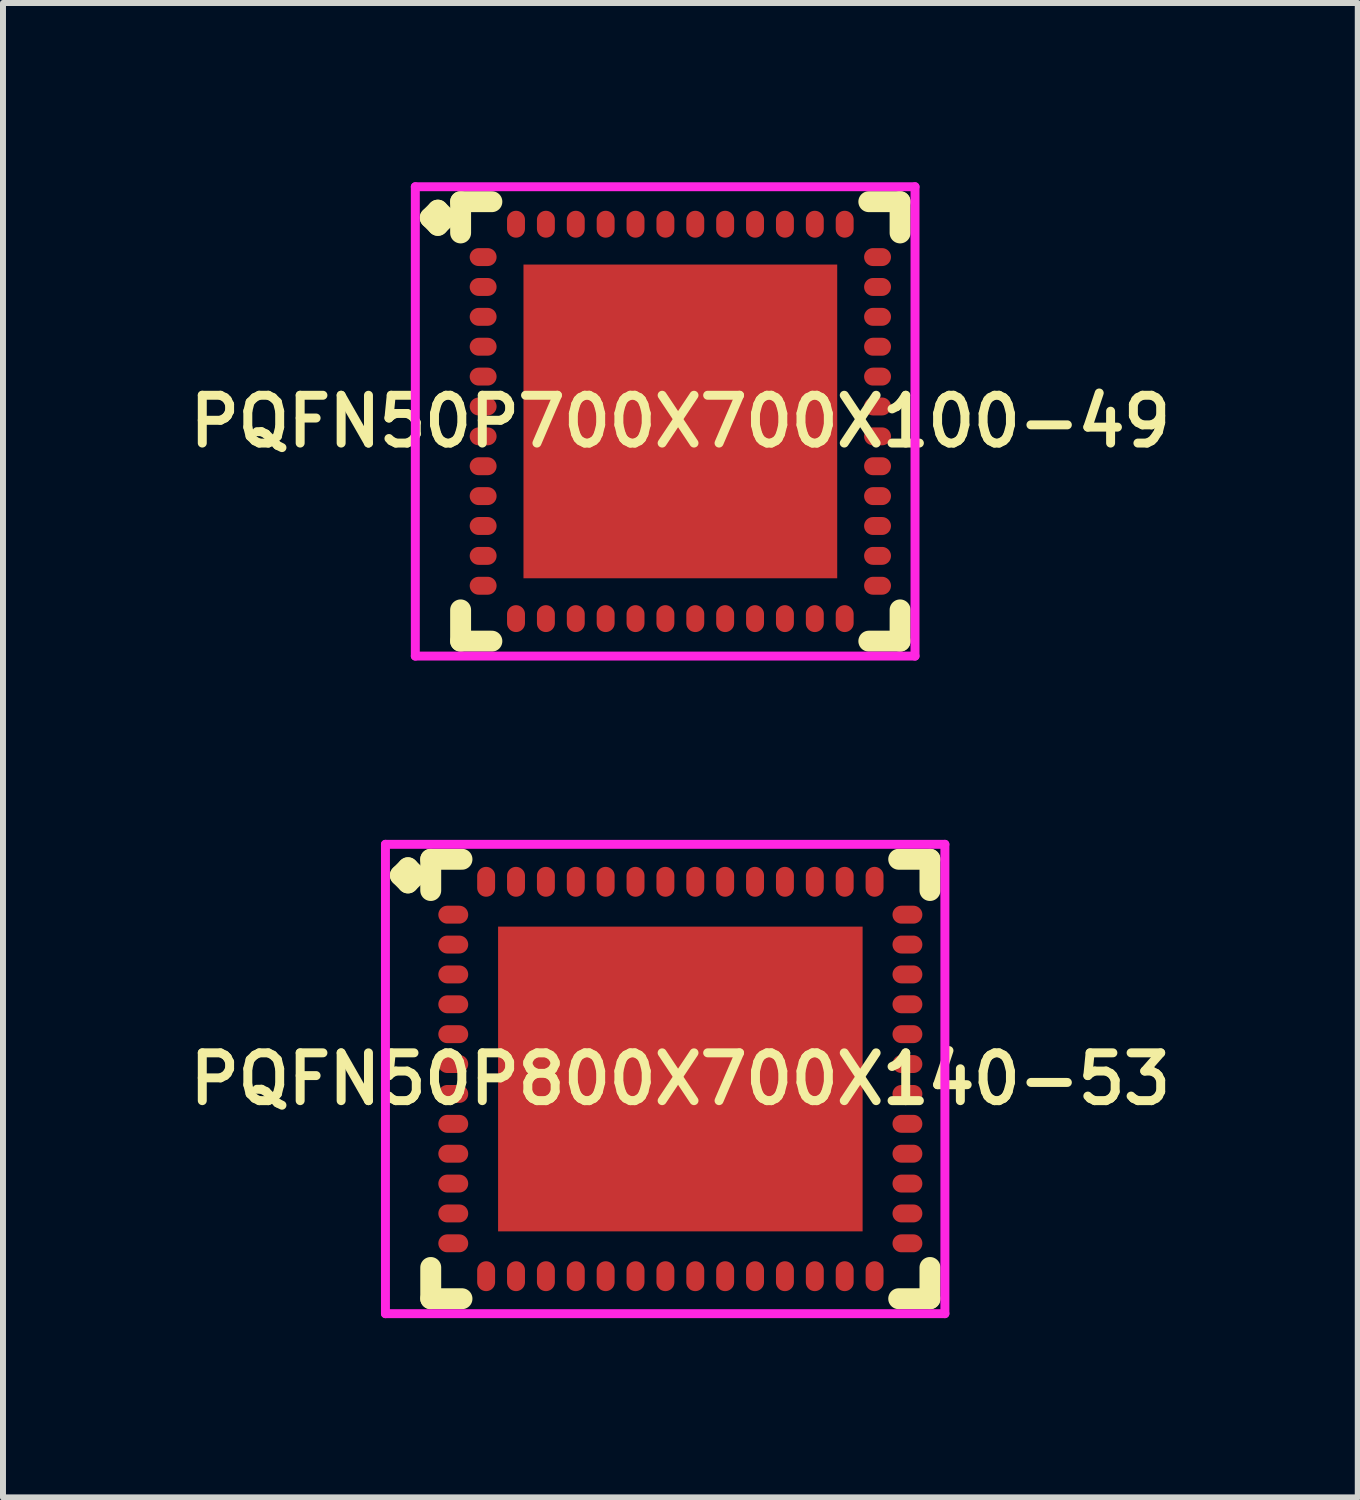
<source format=kicad_pcb>
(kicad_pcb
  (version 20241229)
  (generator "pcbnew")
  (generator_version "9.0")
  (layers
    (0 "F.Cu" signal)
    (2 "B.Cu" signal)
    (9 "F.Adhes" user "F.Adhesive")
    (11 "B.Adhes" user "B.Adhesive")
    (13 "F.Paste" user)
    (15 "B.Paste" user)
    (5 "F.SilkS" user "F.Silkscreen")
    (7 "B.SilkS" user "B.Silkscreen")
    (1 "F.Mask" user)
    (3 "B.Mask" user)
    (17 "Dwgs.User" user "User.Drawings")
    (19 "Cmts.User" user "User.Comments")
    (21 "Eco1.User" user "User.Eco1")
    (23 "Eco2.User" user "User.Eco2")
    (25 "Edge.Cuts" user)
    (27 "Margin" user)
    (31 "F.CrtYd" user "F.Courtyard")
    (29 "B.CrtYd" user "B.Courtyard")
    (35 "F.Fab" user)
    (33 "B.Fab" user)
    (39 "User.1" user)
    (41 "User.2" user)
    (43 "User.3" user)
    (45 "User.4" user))
  (footprint "PQFN50P800X700X140-53"
    (layer "F.Cu")
    (at 8.335 15.006)
    (property "Reference" "PQFN50P800X700X140-53" (at 0 0 0) (layer "F.SilkS") (effects (font (size 0.8 0.8) (thickness 0.15))))
    (attr smd)
    (fp_line (start -4.685 -3.408) (end -4.558 -3.535) (stroke (width 0.35) (type solid)) (layer "F.SilkS"))
    (fp_line (start -4.558 -3.535) (end -4.431 -3.408) (stroke (width 0.35) (type solid)) (layer "F.SilkS"))
    (fp_line (start -4.558 -3.281) (end -4.685 -3.408) (stroke (width 0.35) (type solid)) (layer "F.SilkS"))
    (fp_line (start -4.431 -3.408) (end -4.558 -3.281) (stroke (width 0.35) (type solid)) (layer "F.SilkS"))
    (fp_line (start -4.177 -3.677) (end -3.654 -3.677) (stroke (width 0.35) (type solid)) (layer "F.SilkS"))
    (fp_line (start -4.177 -3.154) (end -4.177 -3.677) (stroke (width 0.35) (type solid)) (layer "F.SilkS"))
    (fp_line (start -4.177 3.154) (end -4.177 3.677) (stroke (width 0.35) (type solid)) (layer "F.SilkS"))
    (fp_line (start -4.177 3.677) (end -3.654 3.677) (stroke (width 0.35) (type solid)) (layer "F.SilkS"))
    (fp_line (start 3.654 -3.677) (end 4.177 -3.677) (stroke (width 0.35) (type solid)) (layer "F.SilkS"))
    (fp_line (start 3.654 3.677) (end 4.177 3.677) (stroke (width 0.35) (type solid)) (layer "F.SilkS"))
    (fp_line (start 4.177 -3.677) (end 4.177 -3.154) (stroke (width 0.35) (type solid)) (layer "F.SilkS"))
    (fp_line (start 4.177 3.677) (end 4.177 3.154) (stroke (width 0.35) (type solid)) (layer "F.SilkS"))
    (fp_line (start -4.935 -3.927) (end 4.427 -3.927) (stroke (width 0.15) (type solid)) (layer "F.CrtYd"))
    (fp_line (start -4.935 3.927) (end -4.935 -3.927) (stroke (width 0.15) (type solid)) (layer "F.CrtYd"))
    (fp_line (start 4.427 -3.927) (end 4.427 3.927) (stroke (width 0.15) (type solid)) (layer "F.CrtYd"))
    (fp_line (start 4.427 3.927) (end -4.935 3.927) (stroke (width 0.15) (type solid)) (layer "F.CrtYd"))
    (pad "1" smd oval (at -3.8 -2.75) (size 0.5 0.3) (layers "F.Cu" "F.Mask" "F.Paste"))
    (pad "2" smd oval (at -3.8 -2.25) (size 0.5 0.3) (layers "F.Cu" "F.Mask" "F.Paste"))
    (pad "3" smd oval (at -3.8 -1.75) (size 0.5 0.3) (layers "F.Cu" "F.Mask" "F.Paste"))
    (pad "4" smd oval (at -3.8 -1.25) (size 0.5 0.3) (layers "F.Cu" "F.Mask" "F.Paste"))
    (pad "5" smd oval (at -3.8 -0.75) (size 0.5 0.3) (layers "F.Cu" "F.Mask" "F.Paste"))
    (pad "6" smd oval (at -3.8 -0.25) (size 0.5 0.3) (layers "F.Cu" "F.Mask" "F.Paste"))
    (pad "7" smd oval (at -3.8 0.25) (size 0.5 0.3) (layers "F.Cu" "F.Mask" "F.Paste"))
    (pad "8" smd oval (at -3.8 0.75) (size 0.5 0.3) (layers "F.Cu" "F.Mask" "F.Paste"))
    (pad "9" smd oval (at -3.8 1.25) (size 0.5 0.3) (layers "F.Cu" "F.Mask" "F.Paste"))
    (pad "10" smd oval (at -3.8 1.75) (size 0.5 0.3) (layers "F.Cu" "F.Mask" "F.Paste"))
    (pad "11" smd oval (at -3.8 2.25) (size 0.5 0.3) (layers "F.Cu" "F.Mask" "F.Paste"))
    (pad "12" smd oval (at -3.8 2.75) (size 0.5 0.3) (layers "F.Cu" "F.Mask" "F.Paste"))
    (pad "13" smd oval (at -3.25 3.3) (size 0.3 0.5) (layers "F.Cu" "F.Mask" "F.Paste"))
    (pad "14" smd oval (at -2.75 3.3) (size 0.3 0.5) (layers "F.Cu" "F.Mask" "F.Paste"))
    (pad "15" smd oval (at -2.25 3.3) (size 0.3 0.5) (layers "F.Cu" "F.Mask" "F.Paste"))
    (pad "16" smd oval (at -1.75 3.3) (size 0.3 0.5) (layers "F.Cu" "F.Mask" "F.Paste"))
    (pad "17" smd oval (at -1.25 3.3) (size 0.3 0.5) (layers "F.Cu" "F.Mask" "F.Paste"))
    (pad "18" smd oval (at -0.75 3.3) (size 0.3 0.5) (layers "F.Cu" "F.Mask" "F.Paste"))
    (pad "19" smd oval (at -0.25 3.3) (size 0.3 0.5) (layers "F.Cu" "F.Mask" "F.Paste"))
    (pad "20" smd oval (at 0.25 3.3) (size 0.3 0.5) (layers "F.Cu" "F.Mask" "F.Paste"))
    (pad "21" smd oval (at 0.75 3.3) (size 0.3 0.5) (layers "F.Cu" "F.Mask" "F.Paste"))
    (pad "22" smd oval (at 1.25 3.3) (size 0.3 0.5) (layers "F.Cu" "F.Mask" "F.Paste"))
    (pad "23" smd oval (at 1.75 3.3) (size 0.3 0.5) (layers "F.Cu" "F.Mask" "F.Paste"))
    (pad "24" smd oval (at 2.25 3.3) (size 0.3 0.5) (layers "F.Cu" "F.Mask" "F.Paste"))
    (pad "25" smd oval (at 2.75 3.3) (size 0.3 0.5) (layers "F.Cu" "F.Mask" "F.Paste"))
    (pad "26" smd oval (at 3.25 3.3) (size 0.3 0.5) (layers "F.Cu" "F.Mask" "F.Paste"))
    (pad "27" smd oval (at 3.8 2.75) (size 0.5 0.3) (layers "F.Cu" "F.Mask" "F.Paste"))
    (pad "28" smd oval (at 3.8 2.25) (size 0.5 0.3) (layers "F.Cu" "F.Mask" "F.Paste"))
    (pad "29" smd oval (at 3.8 1.75) (size 0.5 0.3) (layers "F.Cu" "F.Mask" "F.Paste"))
    (pad "30" smd oval (at 3.8 1.25) (size 0.5 0.3) (layers "F.Cu" "F.Mask" "F.Paste"))
    (pad "31" smd oval (at 3.8 0.75) (size 0.5 0.3) (layers "F.Cu" "F.Mask" "F.Paste"))
    (pad "32" smd oval (at 3.8 0.25) (size 0.5 0.3) (layers "F.Cu" "F.Mask" "F.Paste"))
    (pad "33" smd oval (at 3.8 -0.25) (size 0.5 0.3) (layers "F.Cu" "F.Mask" "F.Paste"))
    (pad "34" smd oval (at 3.8 -0.75) (size 0.5 0.3) (layers "F.Cu" "F.Mask" "F.Paste"))
    (pad "35" smd oval (at 3.8 -1.25) (size 0.5 0.3) (layers "F.Cu" "F.Mask" "F.Paste"))
    (pad "36" smd oval (at 3.8 -1.75) (size 0.5 0.3) (layers "F.Cu" "F.Mask" "F.Paste"))
    (pad "37" smd oval (at 3.8 -2.25) (size 0.5 0.3) (layers "F.Cu" "F.Mask" "F.Paste"))
    (pad "38" smd oval (at 3.8 -2.75) (size 0.5 0.3) (layers "F.Cu" "F.Mask" "F.Paste"))
    (pad "39" smd oval (at 3.25 -3.3) (size 0.3 0.5) (layers "F.Cu" "F.Mask" "F.Paste"))
    (pad "40" smd oval (at 2.75 -3.3) (size 0.3 0.5) (layers "F.Cu" "F.Mask" "F.Paste"))
    (pad "41" smd oval (at 2.25 -3.3) (size 0.3 0.5) (layers "F.Cu" "F.Mask" "F.Paste"))
    (pad "42" smd oval (at 1.75 -3.3) (size 0.3 0.5) (layers "F.Cu" "F.Mask" "F.Paste"))
    (pad "43" smd oval (at 1.25 -3.3) (size 0.3 0.5) (layers "F.Cu" "F.Mask" "F.Paste"))
    (pad "44" smd oval (at 0.75 -3.3) (size 0.3 0.5) (layers "F.Cu" "F.Mask" "F.Paste"))
    (pad "45" smd oval (at 0.25 -3.3) (size 0.3 0.5) (layers "F.Cu" "F.Mask" "F.Paste"))
    (pad "46" smd oval (at -0.25 -3.3) (size 0.3 0.5) (layers "F.Cu" "F.Mask" "F.Paste"))
    (pad "47" smd oval (at -0.75 -3.3) (size 0.3 0.5) (layers "F.Cu" "F.Mask" "F.Paste"))
    (pad "48" smd oval (at -1.25 -3.3) (size 0.3 0.5) (layers "F.Cu" "F.Mask" "F.Paste"))
    (pad "49" smd oval (at -1.75 -3.3) (size 0.3 0.5) (layers "F.Cu" "F.Mask" "F.Paste"))
    (pad "50" smd oval (at -2.25 -3.3) (size 0.3 0.5) (layers "F.Cu" "F.Mask" "F.Paste"))
    (pad "51" smd oval (at -2.75 -3.3) (size 0.3 0.5) (layers "F.Cu" "F.Mask" "F.Paste"))
    (pad "52" smd oval (at -3.25 -3.3) (size 0.3 0.5) (layers "F.Cu" "F.Mask" "F.Paste"))
    (pad "53" smd rect (at 0 0) (size 6.1 5.1) (layers "F.Cu" "F.Mask" "F.Paste")))
  (footprint "PQFN50P700X700X100-49"
    (layer "F.Cu")
    (at 8.335 4.002)
    (property "Reference" "PQFN50P700X700X100-49" (at 0 0 0) (layer "F.SilkS") (effects (font (size 0.8 0.8) (thickness 0.15))))
    (attr smd)
    (fp_line (start -4.185 -3.408) (end -4.058 -3.535) (stroke (width 0.35) (type solid)) (layer "F.SilkS"))
    (fp_line (start -4.058 -3.535) (end -3.931 -3.408) (stroke (width 0.35) (type solid)) (layer "F.SilkS"))
    (fp_line (start -4.058 -3.281) (end -4.185 -3.408) (stroke (width 0.35) (type solid)) (layer "F.SilkS"))
    (fp_line (start -3.931 -3.408) (end -4.058 -3.281) (stroke (width 0.35) (type solid)) (layer "F.SilkS"))
    (fp_line (start -3.677 -3.677) (end -3.154 -3.677) (stroke (width 0.35) (type solid)) (layer "F.SilkS"))
    (fp_line (start -3.677 -3.154) (end -3.677 -3.677) (stroke (width 0.35) (type solid)) (layer "F.SilkS"))
    (fp_line (start -3.677 3.154) (end -3.677 3.677) (stroke (width 0.35) (type solid)) (layer "F.SilkS"))
    (fp_line (start -3.677 3.677) (end -3.154 3.677) (stroke (width 0.35) (type solid)) (layer "F.SilkS"))
    (fp_line (start 3.154 -3.677) (end 3.677 -3.677) (stroke (width 0.35) (type solid)) (layer "F.SilkS"))
    (fp_line (start 3.154 3.677) (end 3.677 3.677) (stroke (width 0.35) (type solid)) (layer "F.SilkS"))
    (fp_line (start 3.677 -3.677) (end 3.677 -3.154) (stroke (width 0.35) (type solid)) (layer "F.SilkS"))
    (fp_line (start 3.677 3.677) (end 3.677 3.154) (stroke (width 0.35) (type solid)) (layer "F.SilkS"))
    (fp_line (start -4.435 -3.927) (end 3.927 -3.927) (stroke (width 0.15) (type solid)) (layer "F.CrtYd"))
    (fp_line (start -4.435 3.927) (end -4.435 -3.927) (stroke (width 0.15) (type solid)) (layer "F.CrtYd"))
    (fp_line (start 3.927 -3.927) (end 3.927 3.927) (stroke (width 0.15) (type solid)) (layer "F.CrtYd"))
    (fp_line (start 3.927 3.927) (end -4.435 3.927) (stroke (width 0.15) (type solid)) (layer "F.CrtYd"))
    (pad "1" smd oval (at -3.3 -2.75) (size 0.45 0.3) (layers "F.Cu" "F.Mask" "F.Paste"))
    (pad "2" smd oval (at -3.3 -2.25) (size 0.45 0.3) (layers "F.Cu" "F.Mask" "F.Paste"))
    (pad "3" smd oval (at -3.3 -1.75) (size 0.45 0.3) (layers "F.Cu" "F.Mask" "F.Paste"))
    (pad "4" smd oval (at -3.3 -1.25) (size 0.45 0.3) (layers "F.Cu" "F.Mask" "F.Paste"))
    (pad "5" smd oval (at -3.3 -0.75) (size 0.45 0.3) (layers "F.Cu" "F.Mask" "F.Paste"))
    (pad "6" smd oval (at -3.3 -0.25) (size 0.45 0.3) (layers "F.Cu" "F.Mask" "F.Paste"))
    (pad "7" smd oval (at -3.3 0.25) (size 0.45 0.3) (layers "F.Cu" "F.Mask" "F.Paste"))
    (pad "8" smd oval (at -3.3 0.75) (size 0.45 0.3) (layers "F.Cu" "F.Mask" "F.Paste"))
    (pad "9" smd oval (at -3.3 1.25) (size 0.45 0.3) (layers "F.Cu" "F.Mask" "F.Paste"))
    (pad "10" smd oval (at -3.3 1.75) (size 0.45 0.3) (layers "F.Cu" "F.Mask" "F.Paste"))
    (pad "11" smd oval (at -3.3 2.25) (size 0.45 0.3) (layers "F.Cu" "F.Mask" "F.Paste"))
    (pad "12" smd oval (at -3.3 2.75) (size 0.45 0.3) (layers "F.Cu" "F.Mask" "F.Paste"))
    (pad "13" smd oval (at -2.75 3.3) (size 0.3 0.45) (layers "F.Cu" "F.Mask" "F.Paste"))
    (pad "14" smd oval (at -2.25 3.3) (size 0.3 0.45) (layers "F.Cu" "F.Mask" "F.Paste"))
    (pad "15" smd oval (at -1.75 3.3) (size 0.3 0.45) (layers "F.Cu" "F.Mask" "F.Paste"))
    (pad "16" smd oval (at -1.25 3.3) (size 0.3 0.45) (layers "F.Cu" "F.Mask" "F.Paste"))
    (pad "17" smd oval (at -0.75 3.3) (size 0.3 0.45) (layers "F.Cu" "F.Mask" "F.Paste"))
    (pad "18" smd oval (at -0.25 3.3) (size 0.3 0.45) (layers "F.Cu" "F.Mask" "F.Paste"))
    (pad "19" smd oval (at 0.25 3.3) (size 0.3 0.45) (layers "F.Cu" "F.Mask" "F.Paste"))
    (pad "20" smd oval (at 0.75 3.3) (size 0.3 0.45) (layers "F.Cu" "F.Mask" "F.Paste"))
    (pad "21" smd oval (at 1.25 3.3) (size 0.3 0.45) (layers "F.Cu" "F.Mask" "F.Paste"))
    (pad "22" smd oval (at 1.75 3.3) (size 0.3 0.45) (layers "F.Cu" "F.Mask" "F.Paste"))
    (pad "23" smd oval (at 2.25 3.3) (size 0.3 0.45) (layers "F.Cu" "F.Mask" "F.Paste"))
    (pad "24" smd oval (at 2.75 3.3) (size 0.3 0.45) (layers "F.Cu" "F.Mask" "F.Paste"))
    (pad "25" smd oval (at 3.3 2.75) (size 0.45 0.3) (layers "F.Cu" "F.Mask" "F.Paste"))
    (pad "26" smd oval (at 3.3 2.25) (size 0.45 0.3) (layers "F.Cu" "F.Mask" "F.Paste"))
    (pad "27" smd oval (at 3.3 1.75) (size 0.45 0.3) (layers "F.Cu" "F.Mask" "F.Paste"))
    (pad "28" smd oval (at 3.3 1.25) (size 0.45 0.3) (layers "F.Cu" "F.Mask" "F.Paste"))
    (pad "29" smd oval (at 3.3 0.75) (size 0.45 0.3) (layers "F.Cu" "F.Mask" "F.Paste"))
    (pad "30" smd oval (at 3.3 0.25) (size 0.45 0.3) (layers "F.Cu" "F.Mask" "F.Paste"))
    (pad "31" smd oval (at 3.3 -0.25) (size 0.45 0.3) (layers "F.Cu" "F.Mask" "F.Paste"))
    (pad "32" smd oval (at 3.3 -0.75) (size 0.45 0.3) (layers "F.Cu" "F.Mask" "F.Paste"))
    (pad "33" smd oval (at 3.3 -1.25) (size 0.45 0.3) (layers "F.Cu" "F.Mask" "F.Paste"))
    (pad "34" smd oval (at 3.3 -1.75) (size 0.45 0.3) (layers "F.Cu" "F.Mask" "F.Paste"))
    (pad "35" smd oval (at 3.3 -2.25) (size 0.45 0.3) (layers "F.Cu" "F.Mask" "F.Paste"))
    (pad "36" smd oval (at 3.3 -2.75) (size 0.45 0.3) (layers "F.Cu" "F.Mask" "F.Paste"))
    (pad "37" smd oval (at 2.75 -3.3) (size 0.3 0.45) (layers "F.Cu" "F.Mask" "F.Paste"))
    (pad "38" smd oval (at 2.25 -3.3) (size 0.3 0.45) (layers "F.Cu" "F.Mask" "F.Paste"))
    (pad "39" smd oval (at 1.75 -3.3) (size 0.3 0.45) (layers "F.Cu" "F.Mask" "F.Paste"))
    (pad "40" smd oval (at 1.25 -3.3) (size 0.3 0.45) (layers "F.Cu" "F.Mask" "F.Paste"))
    (pad "41" smd oval (at 0.75 -3.3) (size 0.3 0.45) (layers "F.Cu" "F.Mask" "F.Paste"))
    (pad "42" smd oval (at 0.25 -3.3) (size 0.3 0.45) (layers "F.Cu" "F.Mask" "F.Paste"))
    (pad "43" smd oval (at -0.25 -3.3) (size 0.3 0.45) (layers "F.Cu" "F.Mask" "F.Paste"))
    (pad "44" smd oval (at -0.75 -3.3) (size 0.3 0.45) (layers "F.Cu" "F.Mask" "F.Paste"))
    (pad "45" smd oval (at -1.25 -3.3) (size 0.3 0.45) (layers "F.Cu" "F.Mask" "F.Paste"))
    (pad "46" smd oval (at -1.75 -3.3) (size 0.3 0.45) (layers "F.Cu" "F.Mask" "F.Paste"))
    (pad "47" smd oval (at -2.25 -3.3) (size 0.3 0.45) (layers "F.Cu" "F.Mask" "F.Paste"))
    (pad "48" smd oval (at -2.75 -3.3) (size 0.3 0.45) (layers "F.Cu" "F.Mask" "F.Paste"))
    (pad "49" smd rect (at 0 0) (size 5.25 5.25) (layers "F.Cu" "F.Mask" "F.Paste")))
  (gr_rect
    (start -3 -3)
    (end 19.671 22.008)
    (stroke (width 0.1) (type default))
    (fill no)
    (layer "Edge.Cuts")))
</source>
